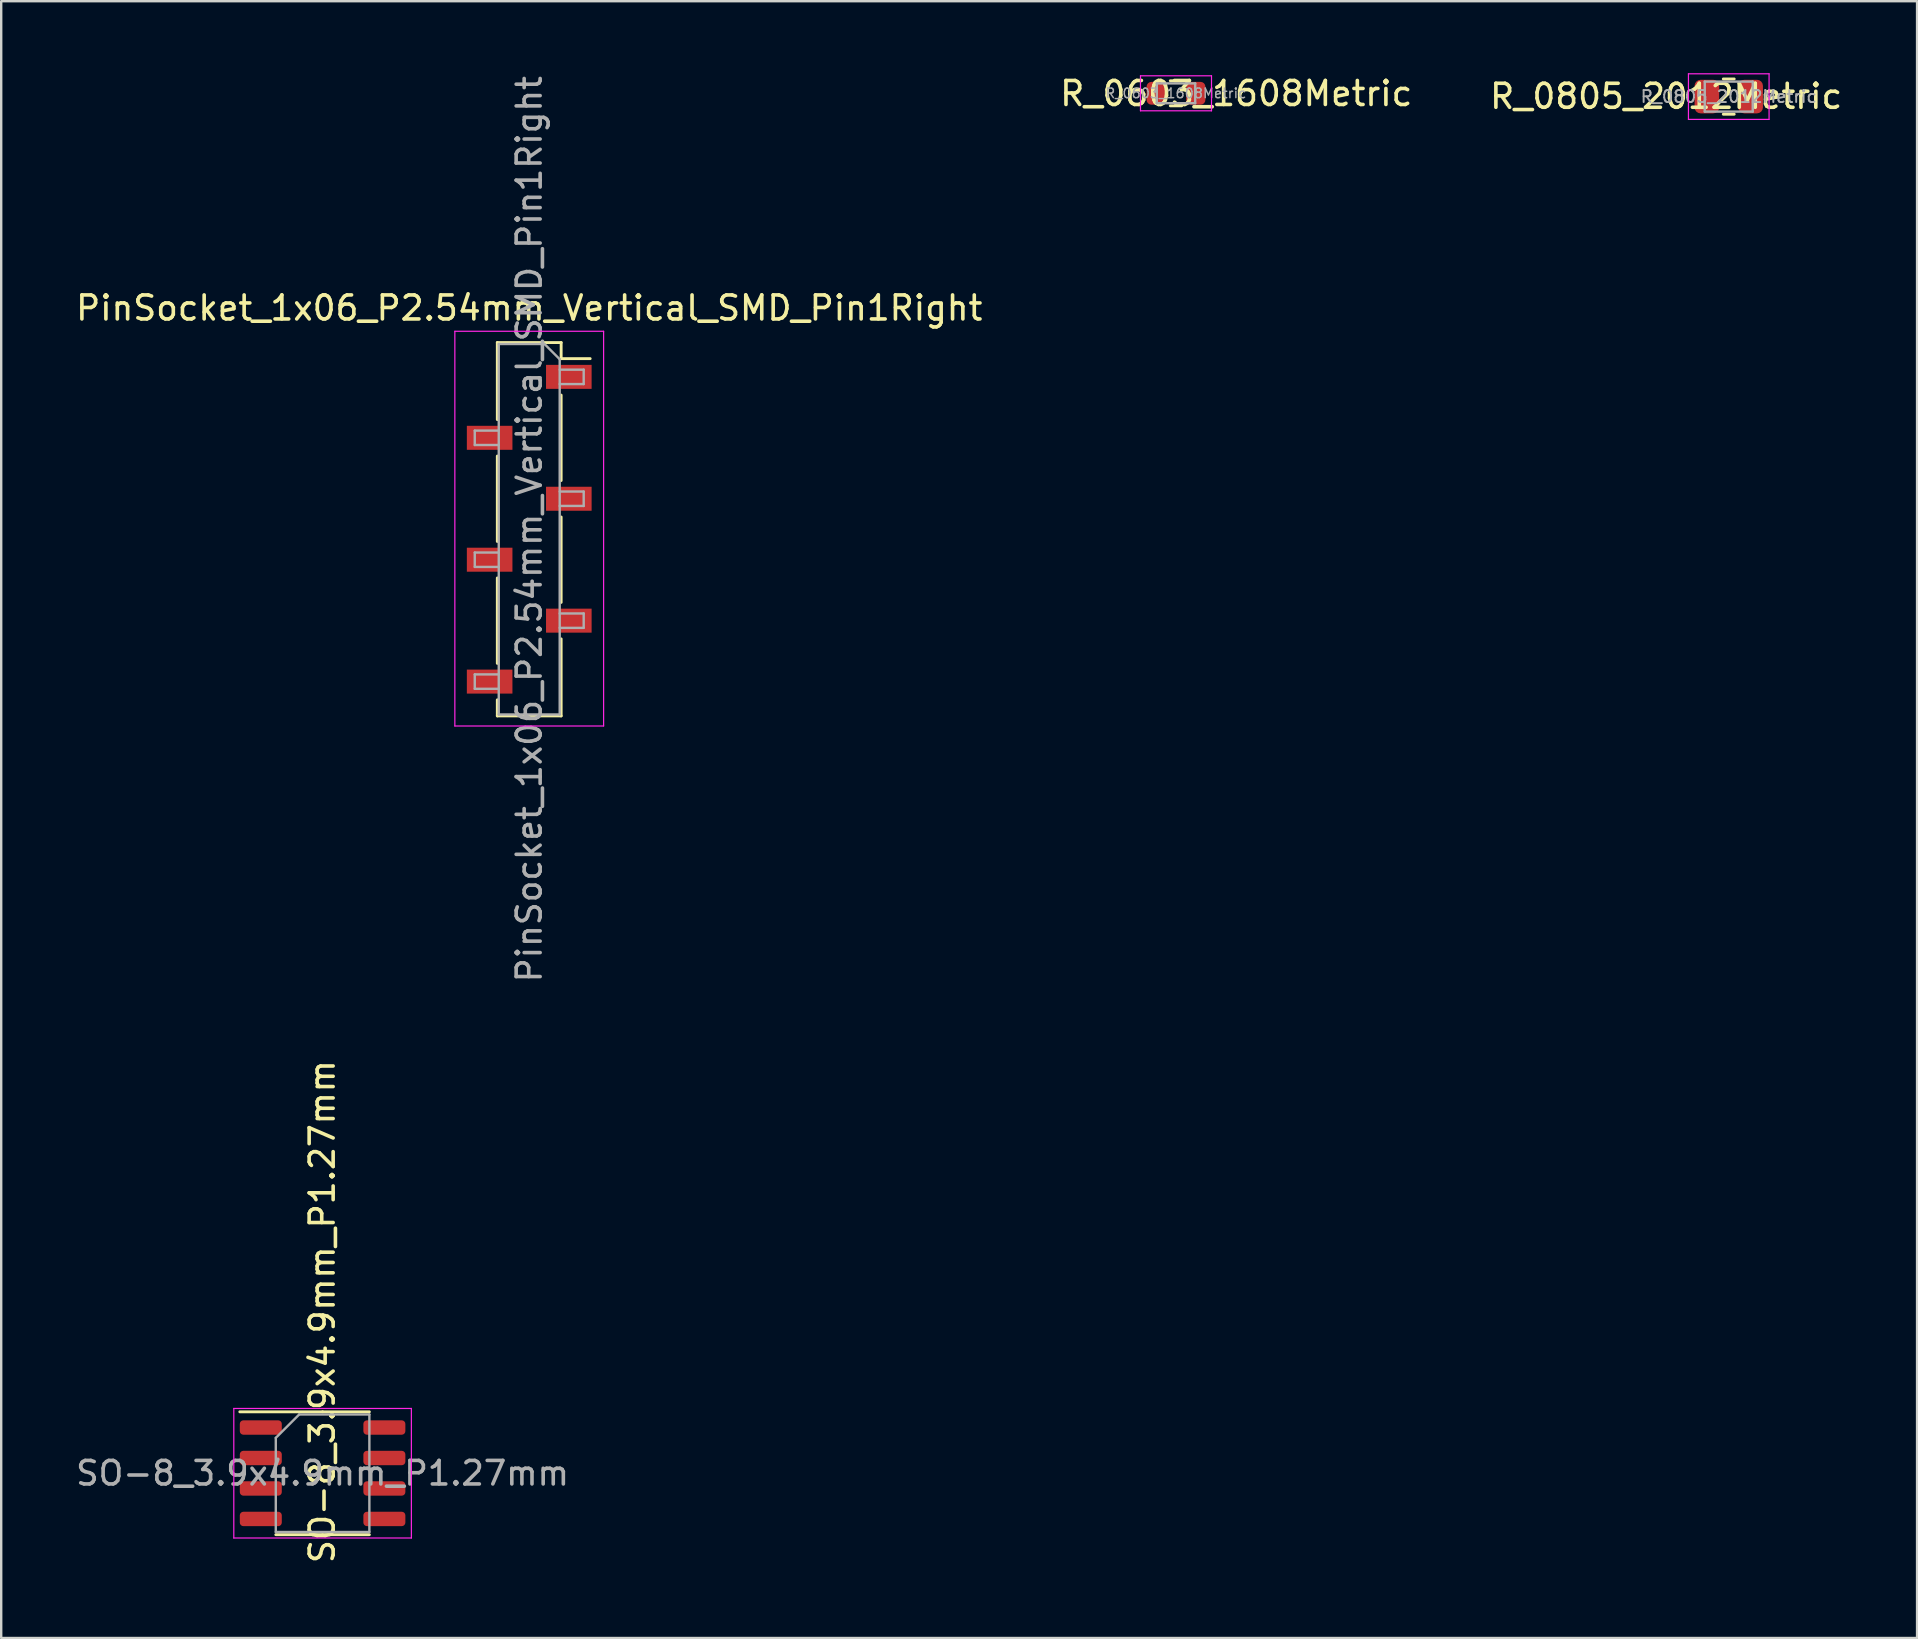
<source format=kicad_pcb>
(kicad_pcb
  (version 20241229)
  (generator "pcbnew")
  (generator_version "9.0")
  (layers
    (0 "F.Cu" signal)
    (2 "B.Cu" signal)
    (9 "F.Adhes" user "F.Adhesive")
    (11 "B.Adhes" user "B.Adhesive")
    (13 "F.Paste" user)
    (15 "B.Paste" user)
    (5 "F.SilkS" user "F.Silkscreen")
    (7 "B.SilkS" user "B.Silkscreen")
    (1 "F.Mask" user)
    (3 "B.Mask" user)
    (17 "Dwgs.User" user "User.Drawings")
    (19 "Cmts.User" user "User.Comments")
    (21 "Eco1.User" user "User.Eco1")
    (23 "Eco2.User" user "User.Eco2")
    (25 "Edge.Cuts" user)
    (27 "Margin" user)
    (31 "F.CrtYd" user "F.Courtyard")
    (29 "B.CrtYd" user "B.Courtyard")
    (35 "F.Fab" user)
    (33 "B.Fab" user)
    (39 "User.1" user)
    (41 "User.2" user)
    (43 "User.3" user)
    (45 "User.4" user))
  (footprint "PinSocket_1x06_P2.54mm_Vertical_SMD_Pin1Right"
    (layer "F.Cu")
    (at 19.006 19.006)
    (property "Reference" "PinSocket_1x06_P2.54mm_Vertical_SMD_Pin1Right" (at 0 -9.22 0) (layer "F.SilkS") (effects (font (size 1 1) (thickness 0.15))))
    (attr smd)
    (fp_line (start -1.33 -7.78) (end -1.33 -4.57) (stroke (width 0.12) (type solid)) (layer "F.SilkS"))
    (fp_line (start -1.33 -7.78) (end 1.33 -7.78) (stroke (width 0.12) (type solid)) (layer "F.SilkS"))
    (fp_line (start -1.33 -3.05) (end -1.33 0.51) (stroke (width 0.12) (type solid)) (layer "F.SilkS"))
    (fp_line (start -1.33 2.03) (end -1.33 5.59) (stroke (width 0.12) (type solid)) (layer "F.SilkS"))
    (fp_line (start -1.33 7.11) (end -1.33 7.78) (stroke (width 0.12) (type solid)) (layer "F.SilkS"))
    (fp_line (start -1.33 7.78) (end 1.33 7.78) (stroke (width 0.12) (type solid)) (layer "F.SilkS"))
    (fp_line (start 1.33 -7.78) (end 1.33 -7.11) (stroke (width 0.12) (type solid)) (layer "F.SilkS"))
    (fp_line (start 1.33 -7.11) (end 2.54 -7.11) (stroke (width 0.12) (type solid)) (layer "F.SilkS"))
    (fp_line (start 1.33 -5.59) (end 1.33 -2.03) (stroke (width 0.12) (type solid)) (layer "F.SilkS"))
    (fp_line (start 1.33 -0.51) (end 1.33 3.05) (stroke (width 0.12) (type solid)) (layer "F.SilkS"))
    (fp_line (start 1.33 4.57) (end 1.33 7.78) (stroke (width 0.12) (type solid)) (layer "F.SilkS"))
    (fp_line (start -3.1 -8.25) (end 3.1 -8.25) (stroke (width 0.05) (type solid)) (layer "F.CrtYd"))
    (fp_line (start -3.1 8.2) (end -3.1 -8.25) (stroke (width 0.05) (type solid)) (layer "F.CrtYd"))
    (fp_line (start 3.1 -8.25) (end 3.1 8.2) (stroke (width 0.05) (type solid)) (layer "F.CrtYd"))
    (fp_line (start 3.1 8.2) (end -3.1 8.2) (stroke (width 0.05) (type solid)) (layer "F.CrtYd"))
    (fp_line (start -2.27 -4.11) (end -1.27 -4.11) (stroke (width 0.1) (type solid)) (layer "F.Fab"))
    (fp_line (start -2.27 -3.51) (end -2.27 -4.11) (stroke (width 0.1) (type solid)) (layer "F.Fab"))
    (fp_line (start -2.27 0.97) (end -1.27 0.97) (stroke (width 0.1) (type solid)) (layer "F.Fab"))
    (fp_line (start -2.27 1.57) (end -2.27 0.97) (stroke (width 0.1) (type solid)) (layer "F.Fab"))
    (fp_line (start -2.27 6.05) (end -1.27 6.05) (stroke (width 0.1) (type solid)) (layer "F.Fab"))
    (fp_line (start -2.27 6.65) (end -2.27 6.05) (stroke (width 0.1) (type solid)) (layer "F.Fab"))
    (fp_line (start -1.27 -7.72) (end 0.635 -7.72) (stroke (width 0.1) (type solid)) (layer "F.Fab"))
    (fp_line (start -1.27 -3.51) (end -2.27 -3.51) (stroke (width 0.1) (type solid)) (layer "F.Fab"))
    (fp_line (start -1.27 1.57) (end -2.27 1.57) (stroke (width 0.1) (type solid)) (layer "F.Fab"))
    (fp_line (start -1.27 6.65) (end -2.27 6.65) (stroke (width 0.1) (type solid)) (layer "F.Fab"))
    (fp_line (start -1.27 7.72) (end -1.27 -7.72) (stroke (width 0.1) (type solid)) (layer "F.Fab"))
    (fp_line (start 0.635 -7.72) (end 1.27 -7.085) (stroke (width 0.1) (type solid)) (layer "F.Fab"))
    (fp_line (start 1.27 -7.085) (end 1.27 7.72) (stroke (width 0.1) (type solid)) (layer "F.Fab"))
    (fp_line (start 1.27 -6.65) (end 2.27 -6.65) (stroke (width 0.1) (type solid)) (layer "F.Fab"))
    (fp_line (start 1.27 -1.57) (end 2.27 -1.57) (stroke (width 0.1) (type solid)) (layer "F.Fab"))
    (fp_line (start 1.27 3.51) (end 2.27 3.51) (stroke (width 0.1) (type solid)) (layer "F.Fab"))
    (fp_line (start 1.27 7.72) (end -1.27 7.72) (stroke (width 0.1) (type solid)) (layer "F.Fab"))
    (fp_line (start 2.27 -6.65) (end 2.27 -6.05) (stroke (width 0.1) (type solid)) (layer "F.Fab"))
    (fp_line (start 2.27 -6.05) (end 1.27 -6.05) (stroke (width 0.1) (type solid)) (layer "F.Fab"))
    (fp_line (start 2.27 -1.57) (end 2.27 -0.97) (stroke (width 0.1) (type solid)) (layer "F.Fab"))
    (fp_line (start 2.27 -0.97) (end 1.27 -0.97) (stroke (width 0.1) (type solid)) (layer "F.Fab"))
    (fp_line (start 2.27 3.51) (end 2.27 4.11) (stroke (width 0.1) (type solid)) (layer "F.Fab"))
    (fp_line (start 2.27 4.11) (end 1.27 4.11) (stroke (width 0.1) (type solid)) (layer "F.Fab"))
    (fp_text user "${REFERENCE}" (at 0 0 90) (layer "F.Fab") (effects (font (size 1 1) (thickness 0.15))))
    (pad "1" smd rect (at 1.65 -6.35 180) (size 1.9 1) (layers "F.Cu" "F.Mask" "F.Paste"))
    (pad "2" smd rect (at -1.65 -3.81 180) (size 1.9 1) (layers "F.Cu" "F.Mask" "F.Paste"))
    (pad "3" smd rect (at 1.65 -1.27 180) (size 1.9 1) (layers "F.Cu" "F.Mask" "F.Paste"))
    (pad "4" smd rect (at -1.65 1.27 180) (size 1.9 1) (layers "F.Cu" "F.Mask" "F.Paste"))
    (pad "5" smd rect (at 1.65 3.81 180) (size 1.9 1) (layers "F.Cu" "F.Mask" "F.Paste"))
    (pad "6" smd rect (at -1.65 6.35 180) (size 1.9 1) (layers "F.Cu" "F.Mask" "F.Paste")))
  (footprint "R_0805_2012Metric"
    (layer "F.Cu")
    (at 68.997 0.975)
    (property "Reference" "R_0805_2012Metric" (at -2.61 -0.01 0) (layer "F.SilkS") (effects (font (size 1 1) (thickness 0.15))))
    (attr smd)
    (fp_line (start -0.227 -0.735) (end 0.227 -0.735) (stroke (width 0.12) (type solid)) (layer "F.SilkS"))
    (fp_line (start -0.227 0.735) (end 0.227 0.735) (stroke (width 0.12) (type solid)) (layer "F.SilkS"))
    (fp_line (start -1.68 -0.95) (end 1.68 -0.95) (stroke (width 0.05) (type solid)) (layer "F.CrtYd"))
    (fp_line (start -1.68 0.95) (end -1.68 -0.95) (stroke (width 0.05) (type solid)) (layer "F.CrtYd"))
    (fp_line (start 1.68 -0.95) (end 1.68 0.95) (stroke (width 0.05) (type solid)) (layer "F.CrtYd"))
    (fp_line (start 1.68 0.95) (end -1.68 0.95) (stroke (width 0.05) (type solid)) (layer "F.CrtYd"))
    (fp_line (start -1 -0.625) (end 1 -0.625) (stroke (width 0.1) (type solid)) (layer "F.Fab"))
    (fp_line (start -1 0.625) (end -1 -0.625) (stroke (width 0.1) (type solid)) (layer "F.Fab"))
    (fp_line (start 1 -0.625) (end 1 0.625) (stroke (width 0.1) (type solid)) (layer "F.Fab"))
    (fp_line (start 1 0.625) (end -1 0.625) (stroke (width 0.1) (type solid)) (layer "F.Fab"))
    (fp_text user "${REFERENCE}" (at 0 0 0) (layer "F.Fab") (effects (font (size 0.5 0.5) (thickness 0.08))))
    (pad "1" smd roundrect (at -0.912 0) (size 1.025 1.4) (layers "F.Cu" "F.Mask" "F.Paste") (roundrect_rratio 0.244))
    (pad "2" smd roundrect (at 0.912 0) (size 1.025 1.4) (layers "F.Cu" "F.Mask" "F.Paste") (roundrect_rratio 0.244)))
  (footprint "R_0603_1608Metric"
    (layer "F.Cu")
    (at 45.96 0.838)
    (property "Reference" "R_0603_1608Metric" (at 2.51 0.01 0) (layer "F.SilkS") (effects (font (size 1 1) (thickness 0.15))))
    (attr smd)
    (fp_line (start -0.237 -0.522) (end 0.237 -0.522) (stroke (width 0.12) (type solid)) (layer "F.SilkS"))
    (fp_line (start -0.237 0.522) (end 0.237 0.522) (stroke (width 0.12) (type solid)) (layer "F.SilkS"))
    (fp_line (start -1.48 -0.73) (end 1.48 -0.73) (stroke (width 0.05) (type solid)) (layer "F.CrtYd"))
    (fp_line (start -1.48 0.73) (end -1.48 -0.73) (stroke (width 0.05) (type solid)) (layer "F.CrtYd"))
    (fp_line (start 1.48 -0.73) (end 1.48 0.73) (stroke (width 0.05) (type solid)) (layer "F.CrtYd"))
    (fp_line (start 1.48 0.73) (end -1.48 0.73) (stroke (width 0.05) (type solid)) (layer "F.CrtYd"))
    (fp_line (start -0.8 -0.412) (end 0.8 -0.412) (stroke (width 0.1) (type solid)) (layer "F.Fab"))
    (fp_line (start -0.8 0.412) (end -0.8 -0.412) (stroke (width 0.1) (type solid)) (layer "F.Fab"))
    (fp_line (start 0.8 -0.412) (end 0.8 0.412) (stroke (width 0.1) (type solid)) (layer "F.Fab"))
    (fp_line (start 0.8 0.412) (end -0.8 0.412) (stroke (width 0.1) (type solid)) (layer "F.Fab"))
    (fp_text user "${REFERENCE}" (at 0 0 0) (layer "F.Fab") (effects (font (size 0.4 0.4) (thickness 0.06))))
    (pad "1" smd roundrect (at -0.825 0) (size 0.8 0.95) (layers "F.Cu" "F.Mask" "F.Paste") (roundrect_rratio 0.25))
    (pad "2" smd roundrect (at 0.825 0) (size 0.8 0.95) (layers "F.Cu" "F.Mask" "F.Paste") (roundrect_rratio 0.25)))
  (footprint "SO-8_3.9x4.9mm_P1.27mm"
    (layer "F.Cu")
    (at 10.394 58.348)
    (property "Reference" "SO-8_3.9x4.9mm_P1.27mm" (at -0.015 -6.735 270) (layer "F.SilkS") (effects (font (size 1 1) (thickness 0.15))))
    (attr smd)
    (fp_line (start 0 -2.56) (end -3.45 -2.56) (stroke (width 0.12) (type solid)) (layer "F.SilkS"))
    (fp_line (start 0 -2.56) (end 1.95 -2.56) (stroke (width 0.12) (type solid)) (layer "F.SilkS"))
    (fp_line (start 0 2.56) (end -1.95 2.56) (stroke (width 0.12) (type solid)) (layer "F.SilkS"))
    (fp_line (start 0 2.56) (end 1.95 2.56) (stroke (width 0.12) (type solid)) (layer "F.SilkS"))
    (fp_line (start -3.7 -2.7) (end -3.7 2.7) (stroke (width 0.05) (type solid)) (layer "F.CrtYd"))
    (fp_line (start -3.7 2.7) (end 3.7 2.7) (stroke (width 0.05) (type solid)) (layer "F.CrtYd"))
    (fp_line (start 3.7 -2.7) (end -3.7 -2.7) (stroke (width 0.05) (type solid)) (layer "F.CrtYd"))
    (fp_line (start 3.7 2.7) (end 3.7 -2.7) (stroke (width 0.05) (type solid)) (layer "F.CrtYd"))
    (fp_line (start -1.95 -1.475) (end -0.975 -2.45) (stroke (width 0.1) (type solid)) (layer "F.Fab"))
    (fp_line (start -1.95 2.45) (end -1.95 -1.475) (stroke (width 0.1) (type solid)) (layer "F.Fab"))
    (fp_line (start -0.975 -2.45) (end 1.95 -2.45) (stroke (width 0.1) (type solid)) (layer "F.Fab"))
    (fp_line (start 1.95 -2.45) (end 1.95 2.45) (stroke (width 0.1) (type solid)) (layer "F.Fab"))
    (fp_line (start 1.95 2.45) (end -1.95 2.45) (stroke (width 0.1) (type solid)) (layer "F.Fab"))
    (fp_text user "${REFERENCE}" (at 0 0 180) (layer "F.Fab") (effects (font (size 0.98 0.98) (thickness 0.15))))
    (pad "1" smd roundrect (at -2.575 -1.905) (size 1.75 0.6) (layers "F.Cu" "F.Mask" "F.Paste") (roundrect_rratio 0.25))
    (pad "2" smd roundrect (at -2.575 -0.635) (size 1.75 0.6) (layers "F.Cu" "F.Mask" "F.Paste") (roundrect_rratio 0.25))
    (pad "3" smd roundrect (at -2.575 0.635) (size 1.75 0.6) (layers "F.Cu" "F.Mask" "F.Paste") (roundrect_rratio 0.25))
    (pad "4" smd roundrect (at -2.575 1.905) (size 1.75 0.6) (layers "F.Cu" "F.Mask" "F.Paste") (roundrect_rratio 0.25))
    (pad "5" smd roundrect (at 2.575 1.905) (size 1.75 0.6) (layers "F.Cu" "F.Mask" "F.Paste") (roundrect_rratio 0.25))
    (pad "6" smd roundrect (at 2.575 0.635) (size 1.75 0.6) (layers "F.Cu" "F.Mask" "F.Paste") (roundrect_rratio 0.25))
    (pad "7" smd roundrect (at 2.575 -0.635) (size 1.75 0.6) (layers "F.Cu" "F.Mask" "F.Paste") (roundrect_rratio 0.25))
    (pad "8" smd roundrect (at 2.575 -1.905) (size 1.75 0.6) (layers "F.Cu" "F.Mask" "F.Paste") (roundrect_rratio 0.25)))
  (gr_rect
    (start -3 -3)
    (end 76.845 65.214)
    (stroke (width 0.1) (type default))
    (fill no)
    (layer "Edge.Cuts")))
</source>
